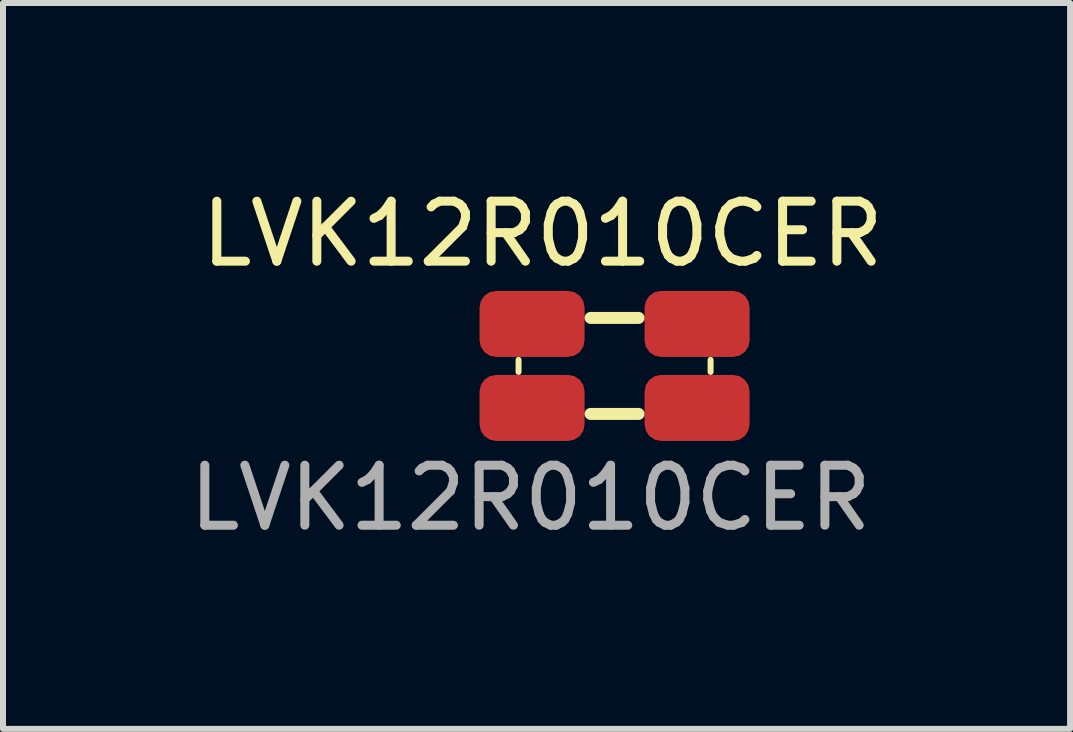
<source format=kicad_pcb>
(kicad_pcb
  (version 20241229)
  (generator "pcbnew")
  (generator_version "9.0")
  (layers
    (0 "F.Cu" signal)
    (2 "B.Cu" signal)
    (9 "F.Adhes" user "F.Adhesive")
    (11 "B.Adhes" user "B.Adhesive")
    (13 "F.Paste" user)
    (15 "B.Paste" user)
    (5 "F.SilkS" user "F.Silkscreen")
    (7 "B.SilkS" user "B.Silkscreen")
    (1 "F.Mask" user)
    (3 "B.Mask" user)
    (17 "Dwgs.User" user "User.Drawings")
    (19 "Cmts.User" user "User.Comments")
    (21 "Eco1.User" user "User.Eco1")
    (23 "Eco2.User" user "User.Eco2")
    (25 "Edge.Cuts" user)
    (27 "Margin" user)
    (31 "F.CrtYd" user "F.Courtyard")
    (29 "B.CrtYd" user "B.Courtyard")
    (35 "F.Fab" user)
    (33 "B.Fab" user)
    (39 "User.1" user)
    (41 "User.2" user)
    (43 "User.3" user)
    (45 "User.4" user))
  (footprint "LVK12R010CER"
    (layer "F.Cu")
    (at 7.192 3.048)
    (property "Reference" "LVK12R010CER" (at -1.2 -2.2 0) (unlocked yes) (layer "F.SilkS") (effects (font (size 1 1) (thickness 0.15))))
    (attr smd)
    (fp_line (start -1.6 -0.1) (end -1.6 0.1) (stroke (width 0.1) (type solid)) (layer "F.SilkS"))
    (fp_line (start -0.4 -0.8) (end 0.4 -0.8) (stroke (width 0.2) (type solid)) (layer "F.SilkS"))
    (fp_line (start -0.4 0.8) (end 0.4 0.8) (stroke (width 0.2) (type solid)) (layer "F.SilkS"))
    (fp_line (start 1.6 -0.1) (end 1.6 0.1) (stroke (width 0.1) (type solid)) (layer "F.SilkS"))
    (fp_text user "${REFERENCE}" (at -1.4 2.2 0) (unlocked yes) (layer "F.Fab") (effects (font (size 1 1) (thickness 0.15))))
    (pad "1" smd roundrect (at -1.375 -0.7) (size 1.75 1.1) (layers "F.Cu" "F.Mask" "F.Paste") (roundrect_rratio 0.25))
    (pad "2" smd roundrect (at 1.375 -0.7) (size 1.75 1.1) (layers "F.Cu" "F.Mask" "F.Paste") (roundrect_rratio 0.25))
    (pad "3" smd roundrect (at -1.375 0.7) (size 1.75 1.1) (layers "F.Cu" "F.Mask" "F.Paste") (roundrect_rratio 0.25))
    (pad "4" smd roundrect (at 1.375 0.7) (size 1.75 1.1) (layers "F.Cu" "F.Mask" "F.Paste") (roundrect_rratio 0.25)))
  (gr_rect
    (start -3 -3)
    (end 14.783 9.097)
    (stroke (width 0.1) (type default))
    (fill no)
    (layer "Edge.Cuts")))
</source>
